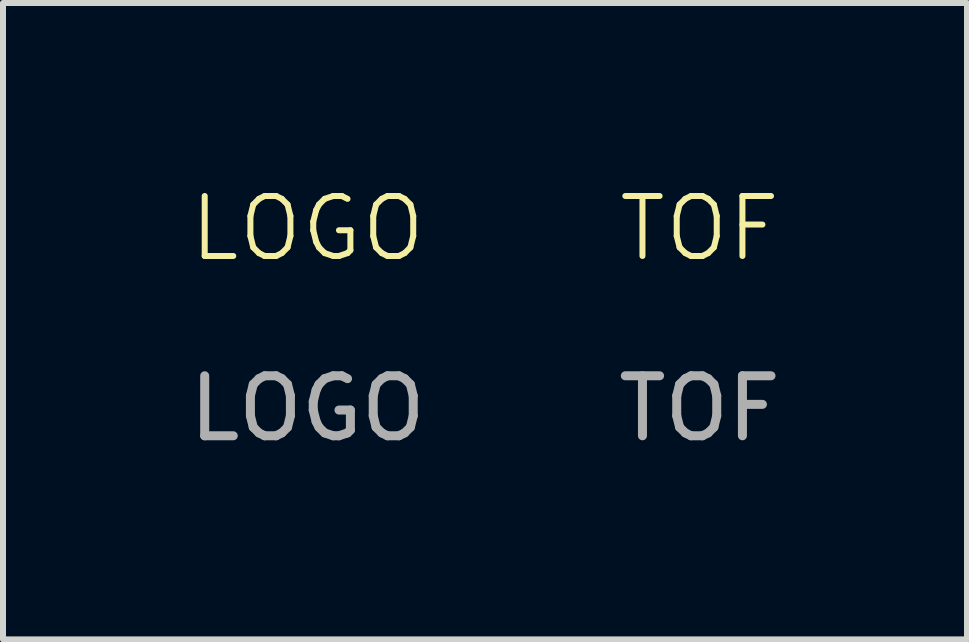
<source format=kicad_pcb>
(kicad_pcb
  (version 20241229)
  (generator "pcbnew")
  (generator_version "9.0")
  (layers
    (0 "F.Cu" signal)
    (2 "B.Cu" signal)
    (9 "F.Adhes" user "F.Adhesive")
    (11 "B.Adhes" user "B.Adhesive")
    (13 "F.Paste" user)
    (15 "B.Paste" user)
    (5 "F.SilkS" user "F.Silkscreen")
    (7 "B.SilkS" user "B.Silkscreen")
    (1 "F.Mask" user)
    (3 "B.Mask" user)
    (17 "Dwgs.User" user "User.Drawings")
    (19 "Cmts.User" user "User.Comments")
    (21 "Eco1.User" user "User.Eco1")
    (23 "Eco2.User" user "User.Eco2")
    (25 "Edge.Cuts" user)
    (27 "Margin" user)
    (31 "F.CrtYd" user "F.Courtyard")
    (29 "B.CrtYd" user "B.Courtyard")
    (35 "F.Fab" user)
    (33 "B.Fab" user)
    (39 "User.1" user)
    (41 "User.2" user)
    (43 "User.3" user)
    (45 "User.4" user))
  (footprint "LOGO"
    (layer "F.Cu")
    (at 2.077 1.26)
    (property "Reference" "LOGO" (at 0 -0.5 0) (unlocked yes) (layer "F.SilkS") (effects (font (size 1 1) (thickness 0.1))))
    (attr smd)
    (fp_text user "${REFERENCE}" (at 0 2.5 0) (unlocked yes) (layer "F.Fab") (effects (font (size 1 1) (thickness 0.15)))))
  (footprint "TOF"
    (layer "F.Cu")
    (at 8.613 1.26)
    (property "Reference" "TOF" (at 0 -0.5 0) (unlocked yes) (layer "F.SilkS") (effects (font (size 1 1) (thickness 0.1))))
    (attr smd)
    (fp_text user "${REFERENCE}" (at 0 2.5 0) (unlocked yes) (layer "F.Fab") (effects (font (size 1 1) (thickness 0.15)))))
  (gr_rect
    (start -3 -3)
    (end 13.071 7.609)
    (stroke (width 0.1) (type default))
    (fill no)
    (layer "Edge.Cuts")))
</source>
